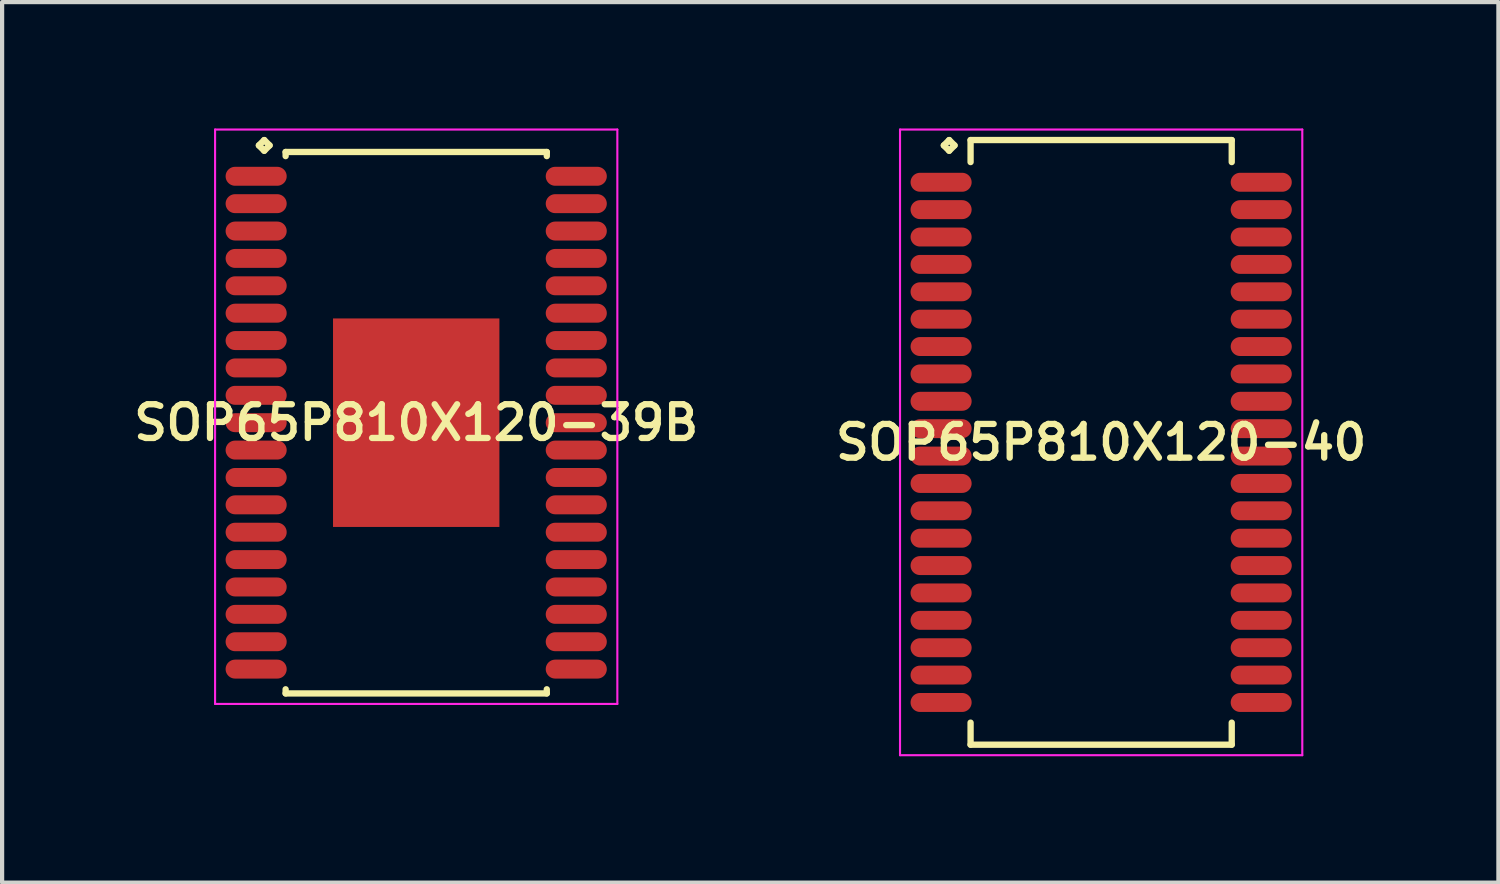
<source format=kicad_pcb>
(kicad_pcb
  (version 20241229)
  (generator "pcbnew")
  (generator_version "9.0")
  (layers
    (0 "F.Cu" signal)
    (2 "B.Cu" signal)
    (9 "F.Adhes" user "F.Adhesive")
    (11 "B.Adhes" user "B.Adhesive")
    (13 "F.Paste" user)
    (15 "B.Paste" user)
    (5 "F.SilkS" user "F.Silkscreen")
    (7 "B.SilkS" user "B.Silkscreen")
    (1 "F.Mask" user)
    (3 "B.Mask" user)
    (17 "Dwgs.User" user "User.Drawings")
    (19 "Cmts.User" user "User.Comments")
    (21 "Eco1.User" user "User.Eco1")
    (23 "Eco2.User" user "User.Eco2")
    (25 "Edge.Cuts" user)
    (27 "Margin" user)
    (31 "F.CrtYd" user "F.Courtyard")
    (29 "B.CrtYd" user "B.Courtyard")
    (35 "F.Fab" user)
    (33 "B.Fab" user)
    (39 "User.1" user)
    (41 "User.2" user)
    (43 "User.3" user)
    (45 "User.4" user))
  (footprint "SOP65P810X120-39B"
    (layer "F.Cu")
    (at 6.831 6.985)
    (property "Reference" "SOP65P810X120-39B" (at 0 0 0) (layer "F.SilkS") (effects (font (size 0.8 0.8) (thickness 0.15))))
    (attr smd)
    (fp_line (start -3.735 -6.583) (end -3.608 -6.71) (stroke (width 0.15) (type solid)) (layer "F.SilkS"))
    (fp_line (start -3.608 -6.71) (end -3.481 -6.583) (stroke (width 0.15) (type solid)) (layer "F.SilkS"))
    (fp_line (start -3.608 -6.456) (end -3.735 -6.583) (stroke (width 0.15) (type solid)) (layer "F.SilkS"))
    (fp_line (start -3.481 -6.583) (end -3.608 -6.456) (stroke (width 0.15) (type solid)) (layer "F.SilkS"))
    (fp_line (start -3.1 -6.427) (end 3.1 -6.427) (stroke (width 0.15) (type solid)) (layer "F.SilkS"))
    (fp_line (start -3.1 -6.329) (end -3.1 -6.427) (stroke (width 0.15) (type solid)) (layer "F.SilkS"))
    (fp_line (start -3.1 6.329) (end -3.1 6.427) (stroke (width 0.15) (type solid)) (layer "F.SilkS"))
    (fp_line (start -3.1 6.427) (end 3.1 6.427) (stroke (width 0.15) (type solid)) (layer "F.SilkS"))
    (fp_line (start 3.1 -6.427) (end 3.1 -6.329) (stroke (width 0.15) (type solid)) (layer "F.SilkS"))
    (fp_line (start 3.1 6.427) (end 3.1 6.329) (stroke (width 0.15) (type solid)) (layer "F.SilkS"))
    (fp_line (start -4.775 -6.96) (end 4.775 -6.96) (stroke (width 0.05) (type solid)) (layer "F.CrtYd"))
    (fp_line (start -4.775 6.677) (end -4.775 -6.96) (stroke (width 0.05) (type solid)) (layer "F.CrtYd"))
    (fp_line (start 4.775 -6.96) (end 4.775 6.677) (stroke (width 0.05) (type solid)) (layer "F.CrtYd"))
    (fp_line (start 4.775 6.677) (end -4.775 6.677) (stroke (width 0.05) (type solid)) (layer "F.CrtYd"))
    (pad "1" smd oval (at -3.8 -5.85) (size 1.45 0.45) (layers "F.Cu" "F.Mask" "F.Paste"))
    (pad "2" smd oval (at -3.8 -5.2) (size 1.45 0.45) (layers "F.Cu" "F.Mask" "F.Paste"))
    (pad "3" smd oval (at -3.8 -4.55) (size 1.45 0.45) (layers "F.Cu" "F.Mask" "F.Paste"))
    (pad "4" smd oval (at -3.8 -3.9) (size 1.45 0.45) (layers "F.Cu" "F.Mask" "F.Paste"))
    (pad "5" smd oval (at -3.8 -3.25) (size 1.45 0.45) (layers "F.Cu" "F.Mask" "F.Paste"))
    (pad "6" smd oval (at -3.8 -2.6) (size 1.45 0.45) (layers "F.Cu" "F.Mask" "F.Paste"))
    (pad "7" smd oval (at -3.8 -1.95) (size 1.45 0.45) (layers "F.Cu" "F.Mask" "F.Paste"))
    (pad "8" smd oval (at -3.8 -1.3) (size 1.45 0.45) (layers "F.Cu" "F.Mask" "F.Paste"))
    (pad "9" smd oval (at -3.8 -0.65) (size 1.45 0.45) (layers "F.Cu" "F.Mask" "F.Paste"))
    (pad "10" smd oval (at -3.8 0) (size 1.45 0.45) (layers "F.Cu" "F.Mask" "F.Paste"))
    (pad "11" smd oval (at -3.8 0.65) (size 1.45 0.45) (layers "F.Cu" "F.Mask" "F.Paste"))
    (pad "12" smd oval (at -3.8 1.3) (size 1.45 0.45) (layers "F.Cu" "F.Mask" "F.Paste"))
    (pad "13" smd oval (at -3.8 1.95) (size 1.45 0.45) (layers "F.Cu" "F.Mask" "F.Paste"))
    (pad "14" smd oval (at -3.8 2.6) (size 1.45 0.45) (layers "F.Cu" "F.Mask" "F.Paste"))
    (pad "15" smd oval (at -3.8 3.25) (size 1.45 0.45) (layers "F.Cu" "F.Mask" "F.Paste"))
    (pad "16" smd oval (at -3.8 3.9) (size 1.45 0.45) (layers "F.Cu" "F.Mask" "F.Paste"))
    (pad "17" smd oval (at -3.8 4.55) (size 1.45 0.45) (layers "F.Cu" "F.Mask" "F.Paste"))
    (pad "18" smd oval (at -3.8 5.2) (size 1.45 0.45) (layers "F.Cu" "F.Mask" "F.Paste"))
    (pad "19" smd oval (at -3.8 5.85) (size 1.45 0.45) (layers "F.Cu" "F.Mask" "F.Paste"))
    (pad "20" smd oval (at 3.8 5.85) (size 1.45 0.45) (layers "F.Cu" "F.Mask" "F.Paste"))
    (pad "21" smd oval (at 3.8 5.2) (size 1.45 0.45) (layers "F.Cu" "F.Mask" "F.Paste"))
    (pad "22" smd oval (at 3.8 4.55) (size 1.45 0.45) (layers "F.Cu" "F.Mask" "F.Paste"))
    (pad "23" smd oval (at 3.8 3.9) (size 1.45 0.45) (layers "F.Cu" "F.Mask" "F.Paste"))
    (pad "24" smd oval (at 3.8 3.25) (size 1.45 0.45) (layers "F.Cu" "F.Mask" "F.Paste"))
    (pad "25" smd oval (at 3.8 2.6) (size 1.45 0.45) (layers "F.Cu" "F.Mask" "F.Paste"))
    (pad "26" smd oval (at 3.8 1.95) (size 1.45 0.45) (layers "F.Cu" "F.Mask" "F.Paste"))
    (pad "27" smd oval (at 3.8 1.3) (size 1.45 0.45) (layers "F.Cu" "F.Mask" "F.Paste"))
    (pad "28" smd oval (at 3.8 0.65) (size 1.45 0.45) (layers "F.Cu" "F.Mask" "F.Paste"))
    (pad "29" smd oval (at 3.8 0) (size 1.45 0.45) (layers "F.Cu" "F.Mask" "F.Paste"))
    (pad "30" smd oval (at 3.8 -0.65) (size 1.45 0.45) (layers "F.Cu" "F.Mask" "F.Paste"))
    (pad "31" smd oval (at 3.8 -1.3) (size 1.45 0.45) (layers "F.Cu" "F.Mask" "F.Paste"))
    (pad "32" smd oval (at 3.8 -1.95) (size 1.45 0.45) (layers "F.Cu" "F.Mask" "F.Paste"))
    (pad "33" smd oval (at 3.8 -2.6) (size 1.45 0.45) (layers "F.Cu" "F.Mask" "F.Paste"))
    (pad "34" smd oval (at 3.8 -3.25) (size 1.45 0.45) (layers "F.Cu" "F.Mask" "F.Paste"))
    (pad "35" smd oval (at 3.8 -3.9) (size 1.45 0.45) (layers "F.Cu" "F.Mask" "F.Paste"))
    (pad "36" smd oval (at 3.8 -4.55) (size 1.45 0.45) (layers "F.Cu" "F.Mask" "F.Paste"))
    (pad "37" smd oval (at 3.8 -5.2) (size 1.45 0.45) (layers "F.Cu" "F.Mask" "F.Paste"))
    (pad "38" smd oval (at 3.8 -5.85) (size 1.45 0.45) (layers "F.Cu" "F.Mask" "F.Paste"))
    (pad "39" smd rect (at 0 0) (size 3.95 4.95) (layers "F.Cu" "F.Mask" "F.Paste")))
  (footprint "SOP65P810X120-40"
    (layer "F.Cu")
    (at 23.092 7.452)
    (property "Reference" "SOP65P810X120-40" (at 0 0 0) (layer "F.SilkS") (effects (font (size 0.8 0.8) (thickness 0.15))))
    (attr smd)
    (fp_line (start -3.735 -7.05) (end -3.608 -7.177) (stroke (width 0.15) (type solid)) (layer "F.SilkS"))
    (fp_line (start -3.608 -7.177) (end -3.481 -7.05) (stroke (width 0.15) (type solid)) (layer "F.SilkS"))
    (fp_line (start -3.608 -6.923) (end -3.735 -7.05) (stroke (width 0.15) (type solid)) (layer "F.SilkS"))
    (fp_line (start -3.481 -7.05) (end -3.608 -6.923) (stroke (width 0.15) (type solid)) (layer "F.SilkS"))
    (fp_line (start -3.1 -7.177) (end 3.1 -7.177) (stroke (width 0.15) (type solid)) (layer "F.SilkS"))
    (fp_line (start -3.1 -6.654) (end -3.1 -7.177) (stroke (width 0.15) (type solid)) (layer "F.SilkS"))
    (fp_line (start -3.1 6.654) (end -3.1 7.177) (stroke (width 0.15) (type solid)) (layer "F.SilkS"))
    (fp_line (start -3.1 7.177) (end 3.1 7.177) (stroke (width 0.15) (type solid)) (layer "F.SilkS"))
    (fp_line (start 3.1 -7.177) (end 3.1 -6.654) (stroke (width 0.15) (type solid)) (layer "F.SilkS"))
    (fp_line (start 3.1 7.177) (end 3.1 6.654) (stroke (width 0.15) (type solid)) (layer "F.SilkS"))
    (fp_line (start -4.775 -7.427) (end 4.775 -7.427) (stroke (width 0.05) (type solid)) (layer "F.CrtYd"))
    (fp_line (start -4.775 7.427) (end -4.775 -7.427) (stroke (width 0.05) (type solid)) (layer "F.CrtYd"))
    (fp_line (start 4.775 -7.427) (end 4.775 7.427) (stroke (width 0.05) (type solid)) (layer "F.CrtYd"))
    (fp_line (start 4.775 7.427) (end -4.775 7.427) (stroke (width 0.05) (type solid)) (layer "F.CrtYd"))
    (pad "1" smd oval (at -3.8 -6.175) (size 1.45 0.45) (layers "F.Cu" "F.Mask" "F.Paste"))
    (pad "2" smd oval (at -3.8 -5.525) (size 1.45 0.45) (layers "F.Cu" "F.Mask" "F.Paste"))
    (pad "3" smd oval (at -3.8 -4.875) (size 1.45 0.45) (layers "F.Cu" "F.Mask" "F.Paste"))
    (pad "4" smd oval (at -3.8 -4.225) (size 1.45 0.45) (layers "F.Cu" "F.Mask" "F.Paste"))
    (pad "5" smd oval (at -3.8 -3.575) (size 1.45 0.45) (layers "F.Cu" "F.Mask" "F.Paste"))
    (pad "6" smd oval (at -3.8 -2.925) (size 1.45 0.45) (layers "F.Cu" "F.Mask" "F.Paste"))
    (pad "7" smd oval (at -3.8 -2.275) (size 1.45 0.45) (layers "F.Cu" "F.Mask" "F.Paste"))
    (pad "8" smd oval (at -3.8 -1.625) (size 1.45 0.45) (layers "F.Cu" "F.Mask" "F.Paste"))
    (pad "9" smd oval (at -3.8 -0.975) (size 1.45 0.45) (layers "F.Cu" "F.Mask" "F.Paste"))
    (pad "10" smd oval (at -3.8 -0.325) (size 1.45 0.45) (layers "F.Cu" "F.Mask" "F.Paste"))
    (pad "11" smd oval (at -3.8 0.325) (size 1.45 0.45) (layers "F.Cu" "F.Mask" "F.Paste"))
    (pad "12" smd oval (at -3.8 0.975) (size 1.45 0.45) (layers "F.Cu" "F.Mask" "F.Paste"))
    (pad "13" smd oval (at -3.8 1.625) (size 1.45 0.45) (layers "F.Cu" "F.Mask" "F.Paste"))
    (pad "14" smd oval (at -3.8 2.275) (size 1.45 0.45) (layers "F.Cu" "F.Mask" "F.Paste"))
    (pad "15" smd oval (at -3.8 2.925) (size 1.45 0.45) (layers "F.Cu" "F.Mask" "F.Paste"))
    (pad "16" smd oval (at -3.8 3.575) (size 1.45 0.45) (layers "F.Cu" "F.Mask" "F.Paste"))
    (pad "17" smd oval (at -3.8 4.225) (size 1.45 0.45) (layers "F.Cu" "F.Mask" "F.Paste"))
    (pad "18" smd oval (at -3.8 4.875) (size 1.45 0.45) (layers "F.Cu" "F.Mask" "F.Paste"))
    (pad "19" smd oval (at -3.8 5.525) (size 1.45 0.45) (layers "F.Cu" "F.Mask" "F.Paste"))
    (pad "20" smd oval (at -3.8 6.175) (size 1.45 0.45) (layers "F.Cu" "F.Mask" "F.Paste"))
    (pad "21" smd oval (at 3.8 6.175) (size 1.45 0.45) (layers "F.Cu" "F.Mask" "F.Paste"))
    (pad "22" smd oval (at 3.8 5.525) (size 1.45 0.45) (layers "F.Cu" "F.Mask" "F.Paste"))
    (pad "23" smd oval (at 3.8 4.875) (size 1.45 0.45) (layers "F.Cu" "F.Mask" "F.Paste"))
    (pad "24" smd oval (at 3.8 4.225) (size 1.45 0.45) (layers "F.Cu" "F.Mask" "F.Paste"))
    (pad "25" smd oval (at 3.8 3.575) (size 1.45 0.45) (layers "F.Cu" "F.Mask" "F.Paste"))
    (pad "26" smd oval (at 3.8 2.925) (size 1.45 0.45) (layers "F.Cu" "F.Mask" "F.Paste"))
    (pad "27" smd oval (at 3.8 2.275) (size 1.45 0.45) (layers "F.Cu" "F.Mask" "F.Paste"))
    (pad "28" smd oval (at 3.8 1.625) (size 1.45 0.45) (layers "F.Cu" "F.Mask" "F.Paste"))
    (pad "29" smd oval (at 3.8 0.975) (size 1.45 0.45) (layers "F.Cu" "F.Mask" "F.Paste"))
    (pad "30" smd oval (at 3.8 0.325) (size 1.45 0.45) (layers "F.Cu" "F.Mask" "F.Paste"))
    (pad "31" smd oval (at 3.8 -0.325) (size 1.45 0.45) (layers "F.Cu" "F.Mask" "F.Paste"))
    (pad "32" smd oval (at 3.8 -0.975) (size 1.45 0.45) (layers "F.Cu" "F.Mask" "F.Paste"))
    (pad "33" smd oval (at 3.8 -1.625) (size 1.45 0.45) (layers "F.Cu" "F.Mask" "F.Paste"))
    (pad "34" smd oval (at 3.8 -2.275) (size 1.45 0.45) (layers "F.Cu" "F.Mask" "F.Paste"))
    (pad "35" smd oval (at 3.8 -2.925) (size 1.45 0.45) (layers "F.Cu" "F.Mask" "F.Paste"))
    (pad "36" smd oval (at 3.8 -3.575) (size 1.45 0.45) (layers "F.Cu" "F.Mask" "F.Paste"))
    (pad "37" smd oval (at 3.8 -4.225) (size 1.45 0.45) (layers "F.Cu" "F.Mask" "F.Paste"))
    (pad "38" smd oval (at 3.8 -4.875) (size 1.45 0.45) (layers "F.Cu" "F.Mask" "F.Paste"))
    (pad "39" smd oval (at 3.8 -5.525) (size 1.45 0.45) (layers "F.Cu" "F.Mask" "F.Paste"))
    (pad "40" smd oval (at 3.8 -6.175) (size 1.45 0.45) (layers "F.Cu" "F.Mask" "F.Paste")))
  (gr_rect
    (start -3 -3)
    (end 32.523 17.904)
    (stroke (width 0.1) (type default))
    (fill no)
    (layer "Edge.Cuts")))
</source>
